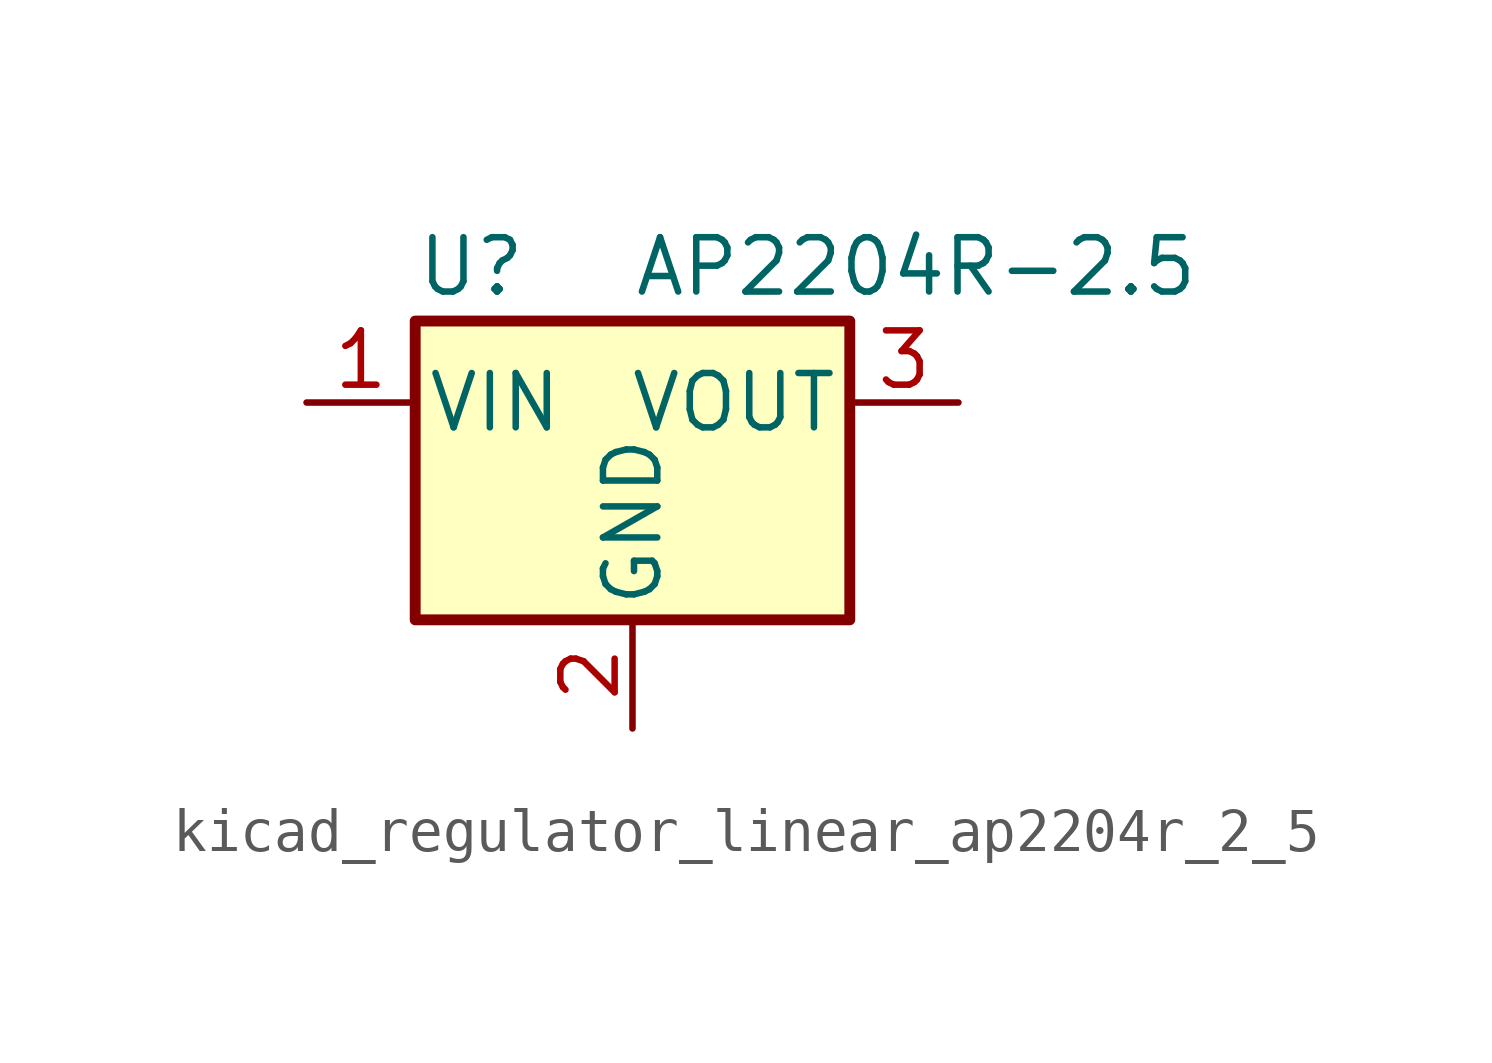
<source format=kicad_sym>
(kicad_symbol_lib
  (version 20220914)
  (generator kicad_symbol_editor)
  (symbol "kicad_regulator_linear_ap2204r_2_5"
    (pin_names
      (offset 0.254))
    (property "Reference" "U"
      (at -5.08 3.175 0)
      (effects (font (size 1.27 1.27)) (justify left)))
    (property "Value" "AP2204R-2.5"
      (at 0 3.175 0)
      (effects (font (size 1.27 1.27)) (justify left)))
    (symbol "kicad_regulator_linear_ap2204r_2_5_0_1"
      (rectangle (start -5.08 1.905) (end 5.08 -5.08) (stroke (width 0.254) (type default)) (fill (type background))))
    (symbol "kicad_regulator_linear_ap2204r_2_5_1_1"
      (pin power_in line (at -7.62 0 0) (length 2.54) (name "VIN" (effects (font (size 1.27 1.27)))) (number "1" (effects (font (size 1.27 1.27)))))
      (pin power_in line (at 0 -7.62 90) (length 2.54) (name "GND" (effects (font (size 1.27 1.27)))) (number "2" (effects (font (size 1.27 1.27)))))
      (pin power_out line (at 7.62 0 180) (length 2.54) (name "VOUT" (effects (font (size 1.27 1.27)))) (number "3" (effects (font (size 1.27 1.27))))))))
</source>
